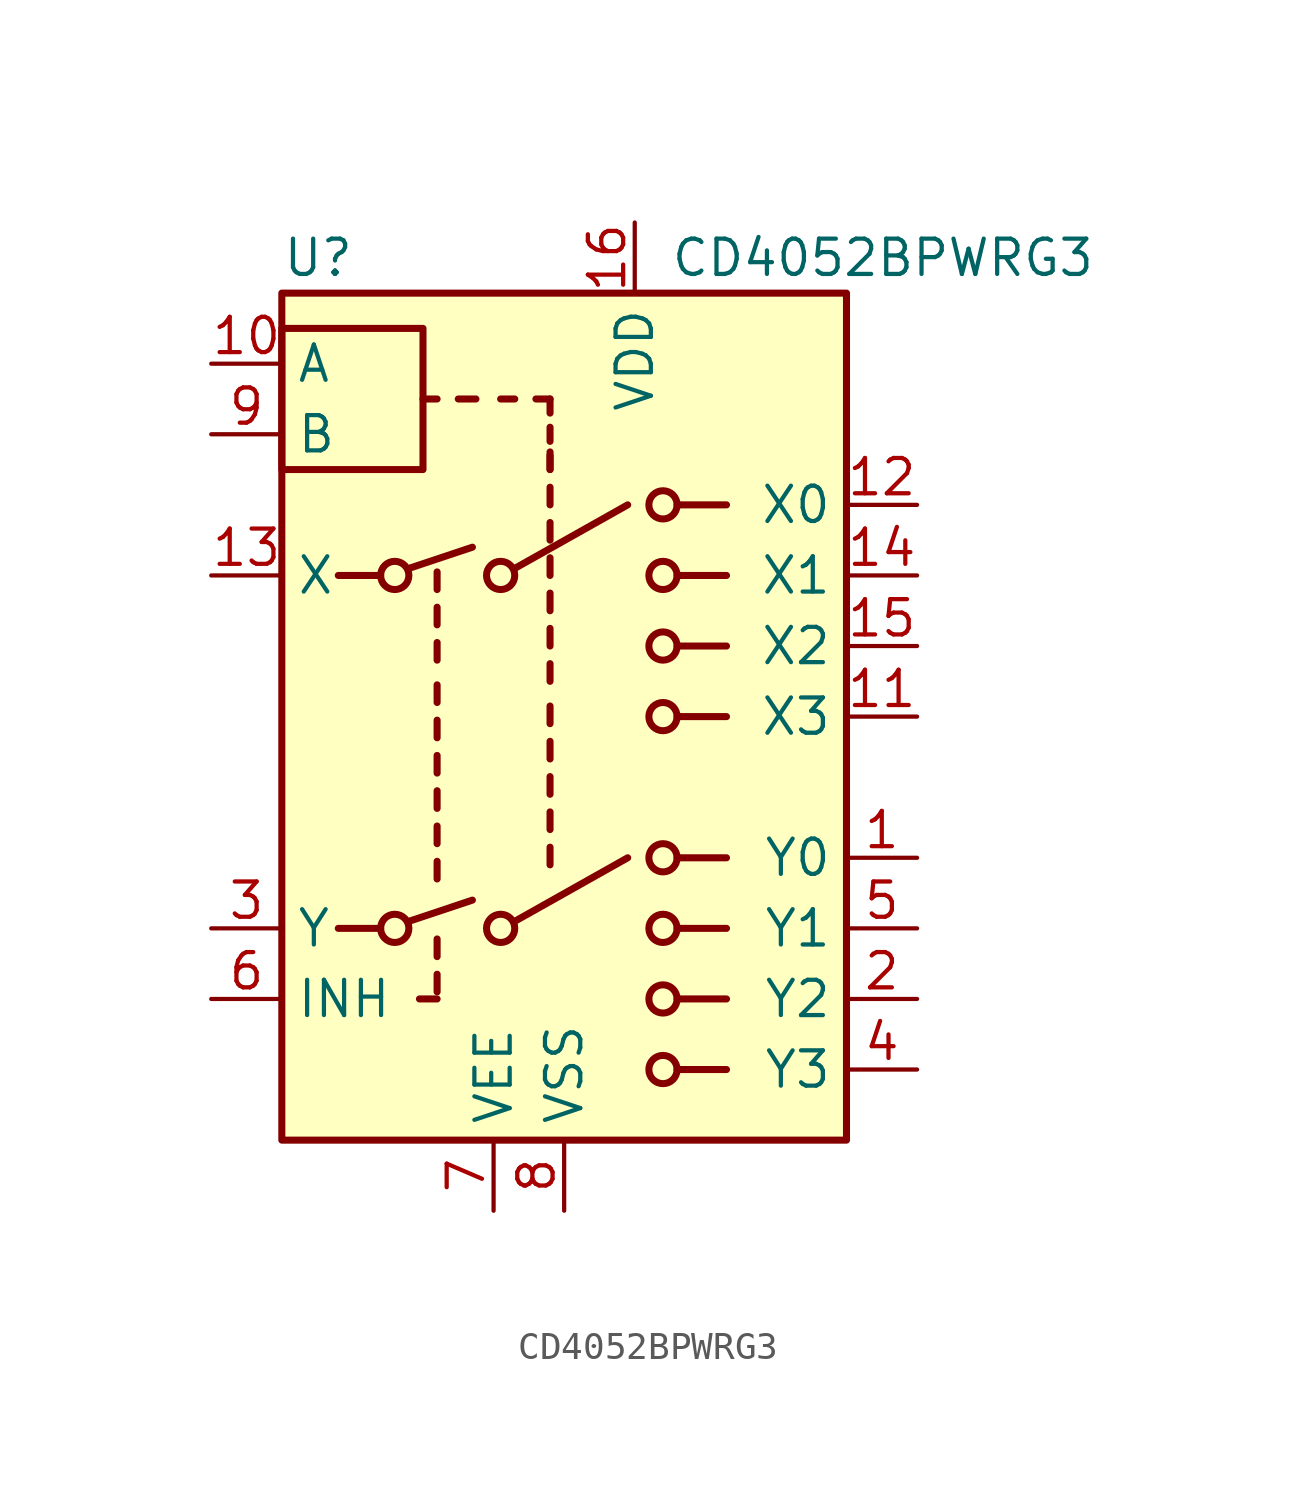
<source format=kicad_sym>
(kicad_symbol_lib
  (version 20211014)
  (generator kicad_symbol_editor)
  (symbol "CD4052BPWRG3"
    (property "Reference" "U"
      (at -10.16 16.51 0)
      (effects (font (size 1.27 1.27)) (justify left)))
    (property "Value" "CD4052BPWRG3"
      (at 3.81 16.51 0)
      (effects (font (size 1.27 1.27)) (justify left)))
    (symbol "CD4052BPWRG3_0_1"
      (rectangle (start -10.16 8.89) (end -5.08 13.97) (stroke (width 0.254) (type default) (color 0 0 0 0)) (fill (type none)))
      (rectangle (start -10.16 15.24) (end 10.16 -15.24) (stroke (width 0.254) (type default) (color 0 0 0 0)) (fill (type background)))
      (circle (center -6.096 -7.62) (radius 0.508) (stroke (width 0.254) (type default) (color 0 0 0 0)) (fill (type none)))
      (circle (center -6.096 5.08) (radius 0.508) (stroke (width 0.254) (type default) (color 0 0 0 0)) (fill (type none)))
      (circle (center -2.286 -7.62) (radius 0.508) (stroke (width 0.254) (type default) (color 0 0 0 0)) (fill (type none)))
      (circle (center -2.286 5.08) (radius 0.508) (stroke (width 0.254) (type default) (color 0 0 0 0)) (fill (type none)))
      (polyline (pts (xy -8.128 -7.62) (xy -6.604 -7.62)) (stroke (width 0.254) (type default) (color 0 0 0 0)) (fill (type none)))
      (polyline (pts (xy -8.128 5.08) (xy -6.604 5.08)) (stroke (width 0.254) (type default) (color 0 0 0 0)) (fill (type none)))
      (polyline (pts (xy -5.588 -7.366) (xy -3.302 -6.604)) (stroke (width 0.254) (type default) (color 0 0 0 0)) (fill (type none)))
      (polyline (pts (xy -5.588 5.334) (xy -3.302 6.096)) (stroke (width 0.254) (type default) (color 0 0 0 0)) (fill (type none)))
      (polyline (pts (xy -4.572 -10.16) (xy -5.207 -10.16)) (stroke (width 0.254) (type default) (color 0 0 0 0)) (fill (type none)))
      (polyline (pts (xy -4.572 -9.906) (xy -4.572 -9.271)) (stroke (width 0.254) (type default) (color 0 0 0 0)) (fill (type none)))
      (polyline (pts (xy -4.572 -8.636) (xy -4.572 -8.001)) (stroke (width 0.254) (type default) (color 0 0 0 0)) (fill (type none)))
      (polyline (pts (xy -4.572 -5.842) (xy -4.572 -5.207)) (stroke (width 0.254) (type default) (color 0 0 0 0)) (fill (type none)))
      (polyline (pts (xy -4.572 -4.572) (xy -4.572 -3.937)) (stroke (width 0.254) (type default) (color 0 0 0 0)) (fill (type none)))
      (polyline (pts (xy -4.572 -3.302) (xy -4.572 -2.667)) (stroke (width 0.254) (type default) (color 0 0 0 0)) (fill (type none)))
      (polyline (pts (xy -4.572 -2.032) (xy -4.572 -1.397)) (stroke (width 0.254) (type default) (color 0 0 0 0)) (fill (type none)))
      (polyline (pts (xy -4.572 -0.762) (xy -4.572 -0.127)) (stroke (width 0.254) (type default) (color 0 0 0 0)) (fill (type none)))
      (polyline (pts (xy -4.572 0.508) (xy -4.572 1.143)) (stroke (width 0.254) (type default) (color 0 0 0 0)) (fill (type none)))
      (polyline (pts (xy -4.572 2.032) (xy -4.572 2.667)) (stroke (width 0.254) (type default) (color 0 0 0 0)) (fill (type none)))
      (polyline (pts (xy -4.572 3.302) (xy -4.572 3.937)) (stroke (width 0.254) (type default) (color 0 0 0 0)) (fill (type none)))
      (polyline (pts (xy -4.572 4.572) (xy -4.572 5.207)) (stroke (width 0.254) (type default) (color 0 0 0 0)) (fill (type none)))
      (polyline (pts (xy -4.572 11.43) (xy -5.08 11.43)) (stroke (width 0.254) (type default) (color 0 0 0 0)) (fill (type none)))
      (polyline (pts (xy -3.81 11.43) (xy -3.175 11.43)) (stroke (width 0.254) (type default) (color 0 0 0 0)) (fill (type none)))
      (polyline (pts (xy -1.778 -7.366) (xy 2.286 -5.08)) (stroke (width 0.254) (type default) (color 0 0 0 0)) (fill (type none)))
      (polyline (pts (xy -1.778 5.334) (xy 2.286 7.62)) (stroke (width 0.254) (type default) (color 0 0 0 0)) (fill (type none)))
      (polyline (pts (xy -1.778 11.43) (xy -2.286 11.43)) (stroke (width 0.254) (type default) (color 0 0 0 0)) (fill (type none)))
      (polyline (pts (xy -0.508 -5.334) (xy -0.508 -4.699)) (stroke (width 0.254) (type default) (color 0 0 0 0)) (fill (type none)))
      (polyline (pts (xy -0.508 -4.064) (xy -0.508 -3.429)) (stroke (width 0.254) (type default) (color 0 0 0 0)) (fill (type none)))
      (polyline (pts (xy -0.508 -2.794) (xy -0.508 -2.159)) (stroke (width 0.254) (type default) (color 0 0 0 0)) (fill (type none)))
      (polyline (pts (xy -0.508 -1.524) (xy -0.508 -0.889)) (stroke (width 0.254) (type default) (color 0 0 0 0)) (fill (type none)))
      (polyline (pts (xy -0.508 -0.254) (xy -0.508 0.381)) (stroke (width 0.254) (type default) (color 0 0 0 0)) (fill (type none)))
      (polyline (pts (xy -0.508 1.27) (xy -0.508 1.905)) (stroke (width 0.254) (type default) (color 0 0 0 0)) (fill (type none)))
      (polyline (pts (xy -0.508 2.54) (xy -0.508 3.175)) (stroke (width 0.254) (type default) (color 0 0 0 0)) (fill (type none)))
      (polyline (pts (xy -0.508 3.81) (xy -0.508 4.445)) (stroke (width 0.254) (type default) (color 0 0 0 0)) (fill (type none)))
      (polyline (pts (xy -0.508 5.08) (xy -0.508 5.715)) (stroke (width 0.254) (type default) (color 0 0 0 0)) (fill (type none)))
      (polyline (pts (xy -0.508 6.35) (xy -0.508 6.985)) (stroke (width 0.254) (type default) (color 0 0 0 0)) (fill (type none)))
      (polyline (pts (xy -0.508 7.62) (xy -0.508 8.255)) (stroke (width 0.254) (type default) (color 0 0 0 0)) (fill (type none)))
      (polyline (pts (xy -0.508 8.89) (xy -0.508 9.398)) (stroke (width 0.254) (type default) (color 0 0 0 0)) (fill (type none)))
      (polyline (pts (xy -0.508 8.89) (xy -0.508 9.525)) (stroke (width 0.254) (type default) (color 0 0 0 0)) (fill (type none)))
      (polyline (pts (xy -0.508 9.906) (xy -0.508 10.414)) (stroke (width 0.254) (type default) (color 0 0 0 0)) (fill (type none)))
      (polyline (pts (xy -0.508 10.922) (xy -0.508 11.43)) (stroke (width 0.254) (type default) (color 0 0 0 0)) (fill (type none)))
      (polyline (pts (xy -0.508 11.43) (xy -1.016 11.43)) (stroke (width 0.254) (type default) (color 0 0 0 0)) (fill (type none)))
      (polyline (pts (xy 4.064 -12.7) (xy 5.842 -12.7)) (stroke (width 0.254) (type default) (color 0 0 0 0)) (fill (type none)))
      (polyline (pts (xy 4.064 -10.16) (xy 5.842 -10.16)) (stroke (width 0.254) (type default) (color 0 0 0 0)) (fill (type none)))
      (polyline (pts (xy 4.064 -7.62) (xy 5.842 -7.62)) (stroke (width 0.254) (type default) (color 0 0 0 0)) (fill (type none)))
      (polyline (pts (xy 4.064 -5.08) (xy 5.842 -5.08)) (stroke (width 0.254) (type default) (color 0 0 0 0)) (fill (type none)))
      (polyline (pts (xy 4.064 0) (xy 5.842 0)) (stroke (width 0.254) (type default) (color 0 0 0 0)) (fill (type none)))
      (polyline (pts (xy 4.064 2.54) (xy 5.842 2.54)) (stroke (width 0.254) (type default) (color 0 0 0 0)) (fill (type none)))
      (polyline (pts (xy 4.064 5.08) (xy 5.842 5.08)) (stroke (width 0.254) (type default) (color 0 0 0 0)) (fill (type none)))
      (polyline (pts (xy 4.064 7.62) (xy 5.842 7.62)) (stroke (width 0.254) (type default) (color 0 0 0 0)) (fill (type none)))
      (circle (center 3.556 -12.7) (radius 0.508) (stroke (width 0.254) (type default) (color 0 0 0 0)) (fill (type none)))
      (circle (center 3.556 -10.16) (radius 0.508) (stroke (width 0.254) (type default) (color 0 0 0 0)) (fill (type none)))
      (circle (center 3.556 -7.62) (radius 0.508) (stroke (width 0.254) (type default) (color 0 0 0 0)) (fill (type none)))
      (circle (center 3.556 -5.08) (radius 0.508) (stroke (width 0.254) (type default) (color 0 0 0 0)) (fill (type none)))
      (circle (center 3.556 0) (radius 0.508) (stroke (width 0.254) (type default) (color 0 0 0 0)) (fill (type none)))
      (circle (center 3.556 2.54) (radius 0.508) (stroke (width 0.254) (type default) (color 0 0 0 0)) (fill (type none)))
      (circle (center 3.556 5.08) (radius 0.508) (stroke (width 0.254) (type default) (color 0 0 0 0)) (fill (type none)))
      (circle (center 3.556 7.62) (radius 0.508) (stroke (width 0.254) (type default) (color 0 0 0 0)) (fill (type none))))
    (symbol "CD4052BPWRG3_1_1"
      (pin passive line (at 12.7 -5.08 180) (length 2.54) (name "Y0" (effects (font (size 1.27 1.27)))) (number "1" (effects (font (size 1.27 1.27)))))
      (pin input line (at -12.7 12.7 0) (length 2.54) (name "A" (effects (font (size 1.27 1.27)))) (number "10" (effects (font (size 1.27 1.27)))))
      (pin passive line (at 12.7 0 180) (length 2.54) (name "X3" (effects (font (size 1.27 1.27)))) (number "11" (effects (font (size 1.27 1.27)))))
      (pin passive line (at 12.7 7.62 180) (length 2.54) (name "X0" (effects (font (size 1.27 1.27)))) (number "12" (effects (font (size 1.27 1.27)))))
      (pin passive line (at -12.7 5.08 0) (length 2.54) (name "X" (effects (font (size 1.27 1.27)))) (number "13" (effects (font (size 1.27 1.27)))))
      (pin passive line (at 12.7 5.08 180) (length 2.54) (name "X1" (effects (font (size 1.27 1.27)))) (number "14" (effects (font (size 1.27 1.27)))))
      (pin passive line (at 12.7 2.54 180) (length 2.54) (name "X2" (effects (font (size 1.27 1.27)))) (number "15" (effects (font (size 1.27 1.27)))))
      (pin power_in line (at 2.54 17.78 270) (length 2.54) (name "VDD" (effects (font (size 1.27 1.27)))) (number "16" (effects (font (size 1.27 1.27)))))
      (pin passive line (at 12.7 -10.16 180) (length 2.54) (name "Y2" (effects (font (size 1.27 1.27)))) (number "2" (effects (font (size 1.27 1.27)))))
      (pin passive line (at -12.7 -7.62 0) (length 2.54) (name "Y" (effects (font (size 1.27 1.27)))) (number "3" (effects (font (size 1.27 1.27)))))
      (pin passive line (at 12.7 -12.7 180) (length 2.54) (name "Y3" (effects (font (size 1.27 1.27)))) (number "4" (effects (font (size 1.27 1.27)))))
      (pin passive line (at 12.7 -7.62 180) (length 2.54) (name "Y1" (effects (font (size 1.27 1.27)))) (number "5" (effects (font (size 1.27 1.27)))))
      (pin input line (at -12.7 -10.16 0) (length 2.54) (name "INH" (effects (font (size 1.27 1.27)))) (number "6" (effects (font (size 1.27 1.27)))))
      (pin power_in line (at -2.54 -17.78 90) (length 2.54) (name "VEE" (effects (font (size 1.27 1.27)))) (number "7" (effects (font (size 1.27 1.27)))))
      (pin power_in line (at 0 -17.78 90) (length 2.54) (name "VSS" (effects (font (size 1.27 1.27)))) (number "8" (effects (font (size 1.27 1.27)))))
      (pin input line (at -12.7 10.16 0) (length 2.54) (name "B" (effects (font (size 1.27 1.27)))) (number "9" (effects (font (size 1.27 1.27))))))))
</source>
